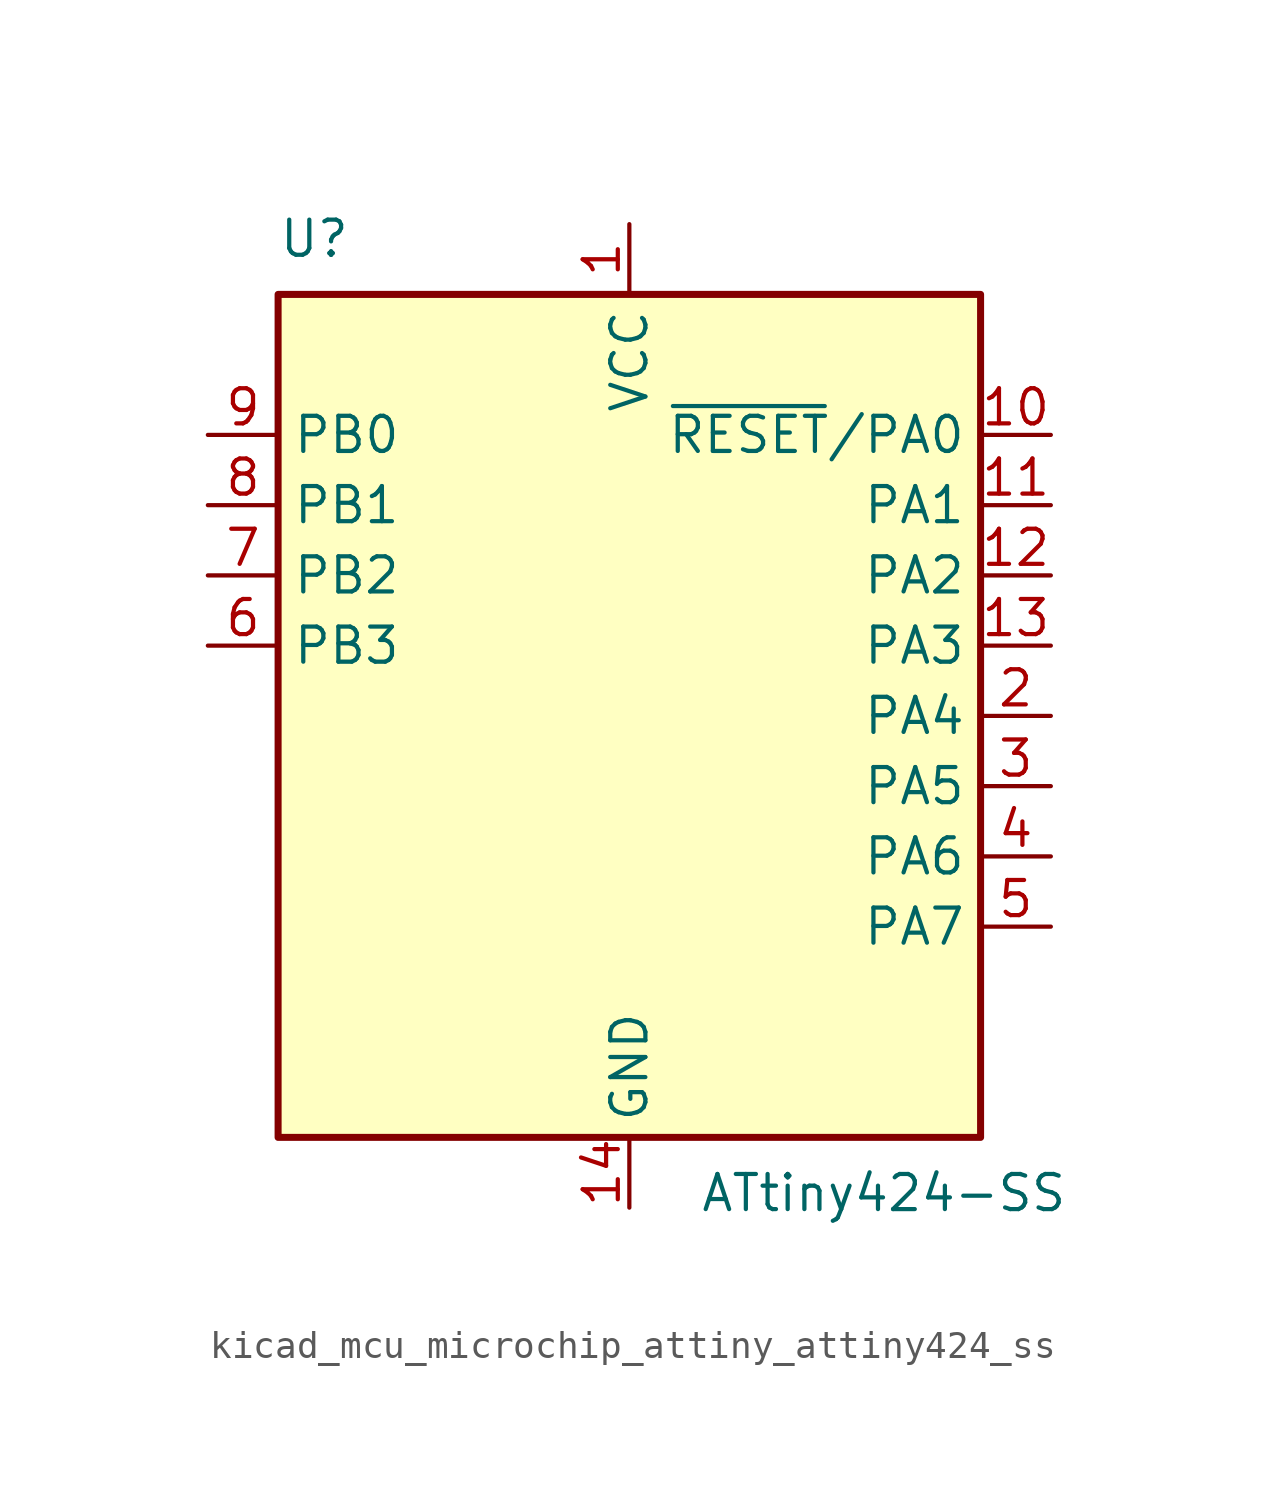
<source format=kicad_sym>
(kicad_symbol_lib
  (version 20220914)
  (generator kicad_symbol_editor)
  (symbol "kicad_mcu_microchip_attiny_attiny424_ss"
    (property "Reference" "U"
      (at -12.7 16.51 0)
      (effects (font (size 1.27 1.27)) (justify left bottom)))
    (property "Value" "ATtiny424-SS"
      (at 2.54 -16.51 0)
      (effects (font (size 1.27 1.27)) (justify left top)))
    (symbol "kicad_mcu_microchip_attiny_attiny424_ss_0_1"
      (rectangle (start -12.7 -15.24) (end 12.7 15.24) (stroke (width 0.254) (type default)) (fill (type background))))
    (symbol "kicad_mcu_microchip_attiny_attiny424_ss_1_1"
      (pin power_in line (at 0 17.78 270) (length 2.54) (name "VCC" (effects (font (size 1.27 1.27)))) (number "1" (effects (font (size 1.27 1.27)))))
      (pin bidirectional line (at 15.24 10.16 180) (length 2.54) (name "~{RESET}/PA0" (effects (font (size 1.27 1.27)))) (number "10" (effects (font (size 1.27 1.27)))))
      (pin bidirectional line (at 15.24 7.62 180) (length 2.54) (name "PA1" (effects (font (size 1.27 1.27)))) (number "11" (effects (font (size 1.27 1.27)))))
      (pin bidirectional line (at 15.24 5.08 180) (length 2.54) (name "PA2" (effects (font (size 1.27 1.27)))) (number "12" (effects (font (size 1.27 1.27)))))
      (pin bidirectional line (at 15.24 2.54 180) (length 2.54) (name "PA3" (effects (font (size 1.27 1.27)))) (number "13" (effects (font (size 1.27 1.27)))))
      (pin power_in line (at 0 -17.78 90) (length 2.54) (name "GND" (effects (font (size 1.27 1.27)))) (number "14" (effects (font (size 1.27 1.27)))))
      (pin bidirectional line (at 15.24 0 180) (length 2.54) (name "PA4" (effects (font (size 1.27 1.27)))) (number "2" (effects (font (size 1.27 1.27)))))
      (pin bidirectional line (at 15.24 -2.54 180) (length 2.54) (name "PA5" (effects (font (size 1.27 1.27)))) (number "3" (effects (font (size 1.27 1.27)))))
      (pin bidirectional line (at 15.24 -5.08 180) (length 2.54) (name "PA6" (effects (font (size 1.27 1.27)))) (number "4" (effects (font (size 1.27 1.27)))))
      (pin bidirectional line (at 15.24 -7.62 180) (length 2.54) (name "PA7" (effects (font (size 1.27 1.27)))) (number "5" (effects (font (size 1.27 1.27)))))
      (pin bidirectional line (at -15.24 2.54 0) (length 2.54) (name "PB3" (effects (font (size 1.27 1.27)))) (number "6" (effects (font (size 1.27 1.27)))))
      (pin bidirectional line (at -15.24 5.08 0) (length 2.54) (name "PB2" (effects (font (size 1.27 1.27)))) (number "7" (effects (font (size 1.27 1.27)))))
      (pin bidirectional line (at -15.24 7.62 0) (length 2.54) (name "PB1" (effects (font (size 1.27 1.27)))) (number "8" (effects (font (size 1.27 1.27)))))
      (pin bidirectional line (at -15.24 10.16 0) (length 2.54) (name "PB0" (effects (font (size 1.27 1.27)))) (number "9" (effects (font (size 1.27 1.27))))))))
</source>
